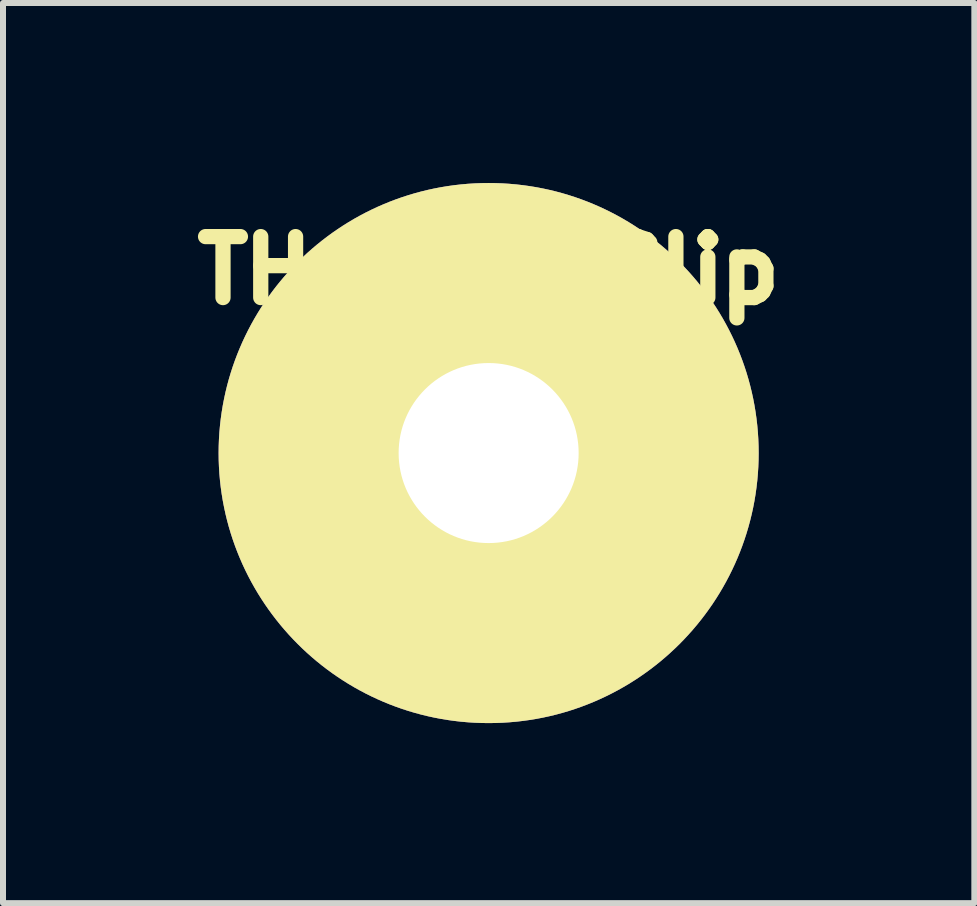
<source format=kicad_pcb>
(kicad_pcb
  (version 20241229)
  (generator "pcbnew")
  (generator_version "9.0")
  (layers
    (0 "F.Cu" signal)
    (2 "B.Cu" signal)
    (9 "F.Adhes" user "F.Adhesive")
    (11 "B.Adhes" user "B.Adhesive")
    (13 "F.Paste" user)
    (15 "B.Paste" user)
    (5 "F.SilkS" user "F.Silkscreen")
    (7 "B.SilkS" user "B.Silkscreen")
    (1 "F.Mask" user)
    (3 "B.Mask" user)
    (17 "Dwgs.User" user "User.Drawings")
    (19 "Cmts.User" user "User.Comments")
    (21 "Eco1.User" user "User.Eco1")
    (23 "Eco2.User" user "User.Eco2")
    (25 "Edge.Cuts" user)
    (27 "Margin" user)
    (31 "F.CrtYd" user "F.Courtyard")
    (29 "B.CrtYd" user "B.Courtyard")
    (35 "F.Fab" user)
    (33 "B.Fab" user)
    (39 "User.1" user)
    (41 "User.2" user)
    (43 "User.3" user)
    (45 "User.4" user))
  (footprint "TH_1pin_Clip"
    (layer "F.Cu")
    (at 5.093 4.5)
    (property "Reference" "TH_1pin_Clip" (at 0 -3.048 0) (layer "F.SilkS") (effects (font (size 1.016 1.016) (thickness 0.254))))
    (attr through_hole)
    (pad "1" thru_hole circle (at 0 0) (size 9 9) (drill 3) (layers "*.Cu" "*.Mask" "F.SilkS")))
  (gr_rect
    (start -3 -3)
    (end 13.187 12)
    (stroke (width 0.1) (type default))
    (fill no)
    (layer "Edge.Cuts")))
</source>
